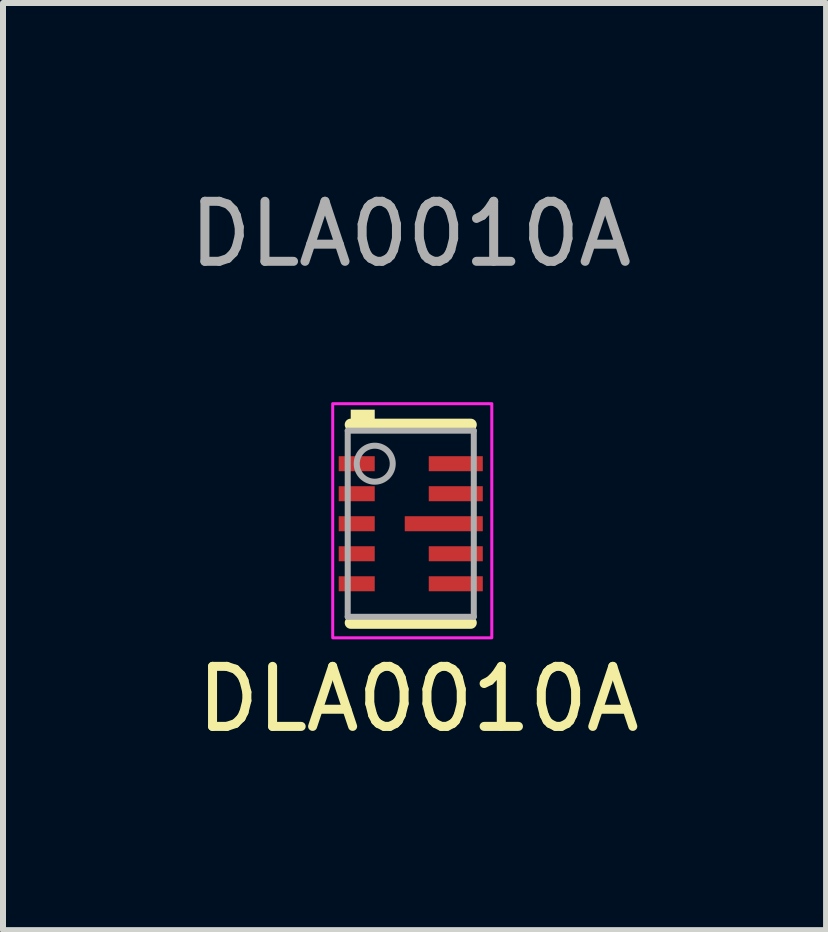
<source format=kicad_pcb>
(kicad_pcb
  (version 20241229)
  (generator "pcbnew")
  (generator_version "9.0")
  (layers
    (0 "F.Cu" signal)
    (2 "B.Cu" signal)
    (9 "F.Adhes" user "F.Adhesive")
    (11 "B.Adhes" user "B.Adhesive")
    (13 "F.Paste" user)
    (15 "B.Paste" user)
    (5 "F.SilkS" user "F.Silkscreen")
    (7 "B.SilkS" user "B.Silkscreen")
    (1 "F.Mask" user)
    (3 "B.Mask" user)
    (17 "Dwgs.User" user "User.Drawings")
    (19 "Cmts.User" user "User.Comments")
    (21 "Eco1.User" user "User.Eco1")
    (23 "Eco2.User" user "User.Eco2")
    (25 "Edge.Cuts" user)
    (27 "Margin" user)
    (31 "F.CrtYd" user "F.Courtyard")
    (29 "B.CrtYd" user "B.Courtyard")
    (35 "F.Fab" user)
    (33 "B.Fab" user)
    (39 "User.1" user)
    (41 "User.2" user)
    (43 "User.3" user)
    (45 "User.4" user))
  (footprint "DLA0010A"
    (layer "F.Cu")
    (at 3.792 5.674)
    (property "Reference" "DLA0010A" (at 0.127 2.921 0) (unlocked yes) (layer "F.SilkS") (effects (font (size 1 1) (thickness 0.15))))
    (attr smd)
    (fp_line (start -1 -1.65) (end 1 -1.65) (stroke (width 0.2) (type solid)) (layer "F.SilkS"))
    (fp_line (start -1 1.65) (end 1 1.65) (stroke (width 0.2) (type solid)) (layer "F.SilkS"))
    (fp_poly (pts (xy -1 -1.65) (xy -0.6 -1.65) (xy -0.6 -1.9) (xy -1 -1.9)) (stroke (width 0) (type solid)) (fill yes) (layer "F.SilkS"))
    (fp_poly (pts (xy -0.1 0.075) (xy -0.1 -0.075) (xy -0.05 -0.125) (xy 0.4 -0.125) (xy 0.45 -0.075) (xy 0.45 0.075) (xy 0.4 0.125) (xy -0.05 0.125)) (stroke (width 0) (type solid)) (fill yes) (layer "F.Paste"))
    (fp_poly (pts (xy 0.65 0.075) (xy 0.65 -0.075) (xy 0.7 -0.125) (xy 1.15 -0.125) (xy 1.2 -0.075) (xy 1.2 0.075) (xy 1.15 0.125) (xy 0.7 0.125)) (stroke (width 0) (type solid)) (fill yes) (layer "F.Paste"))
    (fp_rect (start -1.3 -2) (end 1.35 1.9) (stroke (width 0.05) (type default)) (fill no) (layer "F.CrtYd"))
    (fp_line (start -1.05 -1.55) (end 1.05 -1.55) (stroke (width 0.1) (type solid)) (layer "F.Fab"))
    (fp_line (start -1.05 1.55) (end -1.05 -1.55) (stroke (width 0.1) (type solid)) (layer "F.Fab"))
    (fp_line (start -1.05 1.55) (end 1.05 1.55) (stroke (width 0.1) (type solid)) (layer "F.Fab"))
    (fp_line (start 1.05 1.55) (end 1.05 -1.55) (stroke (width 0.1) (type solid)) (layer "F.Fab"))
    (fp_circle (center -0.6 -1) (end -0.3 -1) (stroke (width 0.1) (type solid)) (fill no) (layer "F.Fab"))
    (fp_text user "${REFERENCE}" (at 0 -4.826 0) (unlocked yes) (layer "F.Fab") (effects (font (size 1 1) (thickness 0.15))))
    (pad "1" smd rect (at -0.9 -1) (size 0.6 0.25) (layers "F.Cu" "F.Mask" "F.Paste"))
    (pad "2" smd rect (at -0.9 -0.5) (size 0.6 0.25) (layers "F.Cu" "F.Mask" "F.Paste"))
    (pad "3" smd rect (at -0.9 0) (size 0.6 0.25) (layers "F.Cu" "F.Mask" "F.Paste"))
    (pad "4" smd rect (at -0.9 0.5) (size 0.6 0.25) (layers "F.Cu" "F.Mask" "F.Paste"))
    (pad "5" smd rect (at -0.9 1) (size 0.6 0.25) (layers "F.Cu" "F.Mask" "F.Paste"))
    (pad "6" smd rect (at 0.75 1) (size 0.9 0.25) (layers "F.Cu" "F.Mask" "F.Paste"))
    (pad "7" smd rect (at 0.75 0.5) (size 0.9 0.25) (layers "F.Cu" "F.Mask" "F.Paste"))
    (pad "8" smd rect (at 0.55 0) (size 1.3 0.25) (layers "F.Cu" "F.Mask"))
    (pad "9" smd rect (at 0.75 -0.5) (size 0.9 0.25) (layers "F.Cu" "F.Mask" "F.Paste"))
    (pad "10" smd rect (at 0.75 -1) (size 0.9 0.25) (layers "F.Cu" "F.Mask" "F.Paste")))
  (gr_rect
    (start -3 -3)
    (end 10.71 12.444)
    (stroke (width 0.1) (type default))
    (fill no)
    (layer "Edge.Cuts")))
</source>
